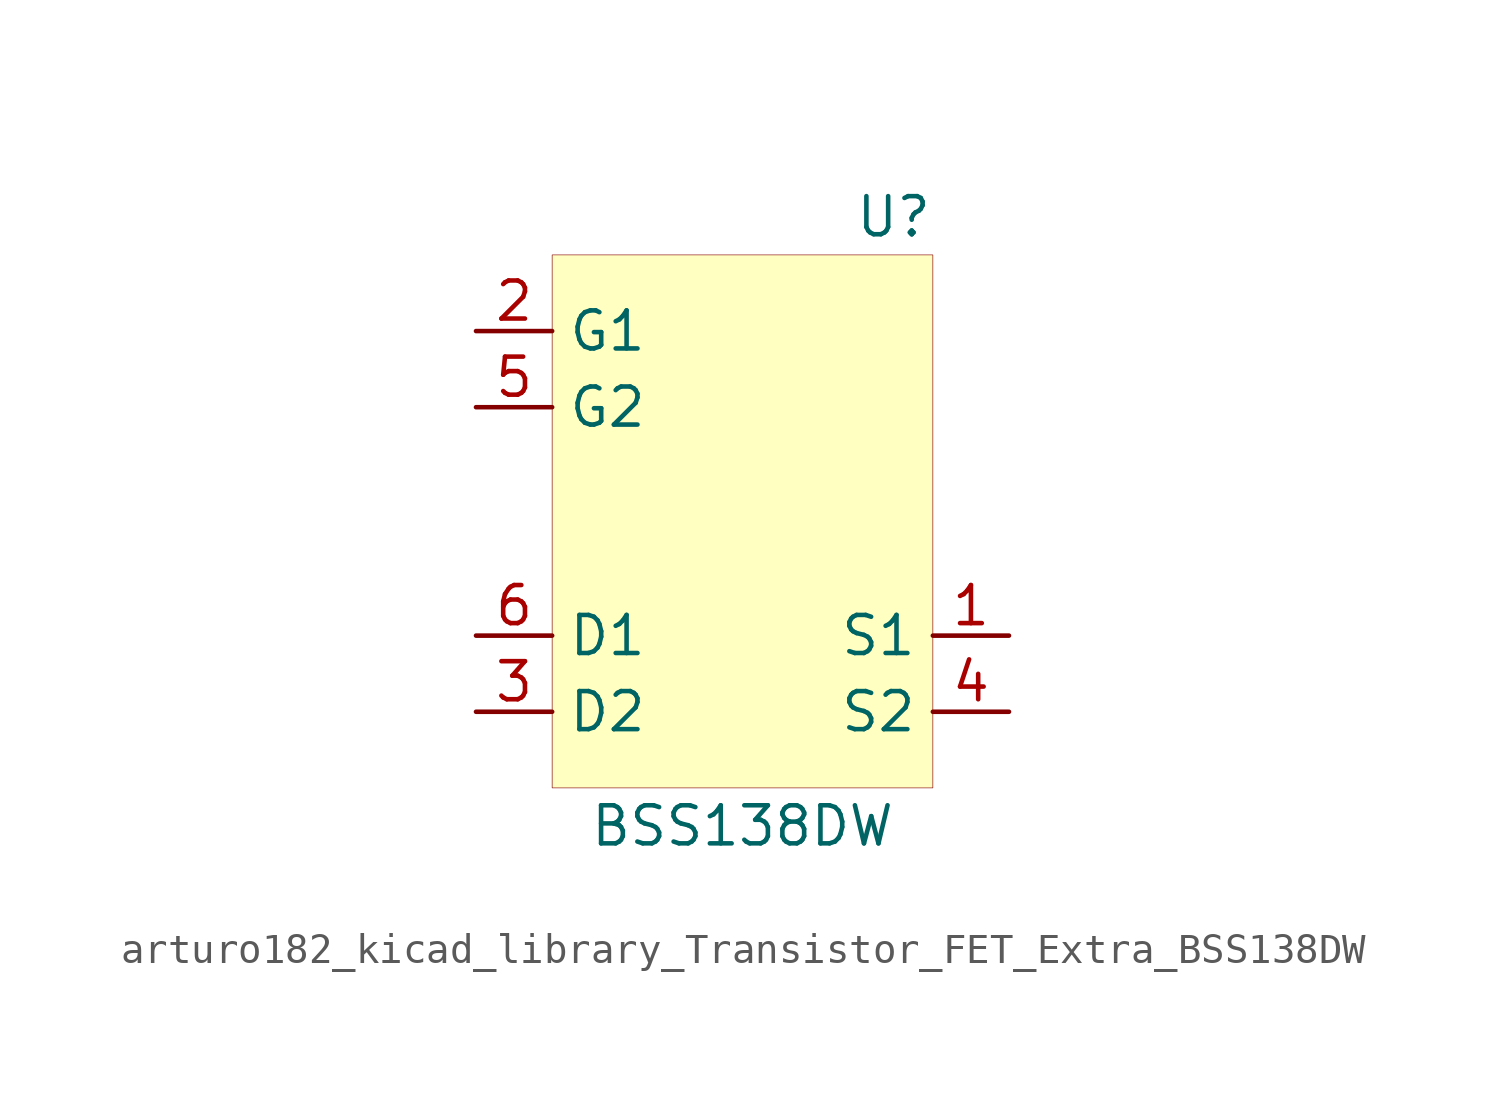
<source format=kicad_sym>
(kicad_symbol_lib
  (version 20220914)
  (generator kicad_symbol_editor)
  (symbol "Transistor_FET_Extra:arturo182_kicad_library_Transistor_FET_Extra_BSS138DW"
    (property "Reference" "U"
      (at 6.35 10.16 0)
      (effects (font (size 1.27 1.27)) (justify right)))
    (property "Value" "BSS138DW"
      (at 0 -10.16 0)
      (effects (font (size 1.27 1.27))))
    (symbol "arturo182_kicad_library_Transistor_FET_Extra_BSS138DW_0_1"
      (rectangle (start -6.35 8.89) (end 6.35 -8.89) (stroke (width 0.001)) (fill (type background))))
    (symbol "arturo182_kicad_library_Transistor_FET_Extra_BSS138DW_0_0"
      (pin passive line (at 8.89 -3.81 180) (length 2.54) (name "S1" (effects (font (size 1.27 1.27)))) (number "1" (effects (font (size 1.27 1.27)))))
      (pin input line (at -8.89 6.35 0) (length 2.54) (name "G1" (effects (font (size 1.27 1.27)))) (number "2" (effects (font (size 1.27 1.27)))))
      (pin passive line (at -8.89 -6.35 0) (length 2.54) (name "D2" (effects (font (size 1.27 1.27)))) (number "3" (effects (font (size 1.27 1.27)))))
      (pin passive line (at 8.89 -6.35 180) (length 2.54) (name "S2" (effects (font (size 1.27 1.27)))) (number "4" (effects (font (size 1.27 1.27)))))
      (pin input line (at -8.89 3.81 0) (length 2.54) (name "G2" (effects (font (size 1.27 1.27)))) (number "5" (effects (font (size 1.27 1.27)))))
      (pin passive line (at -8.89 -3.81 0) (length 2.54) (name "D1" (effects (font (size 1.27 1.27)))) (number "6" (effects (font (size 1.27 1.27))))))))
</source>
